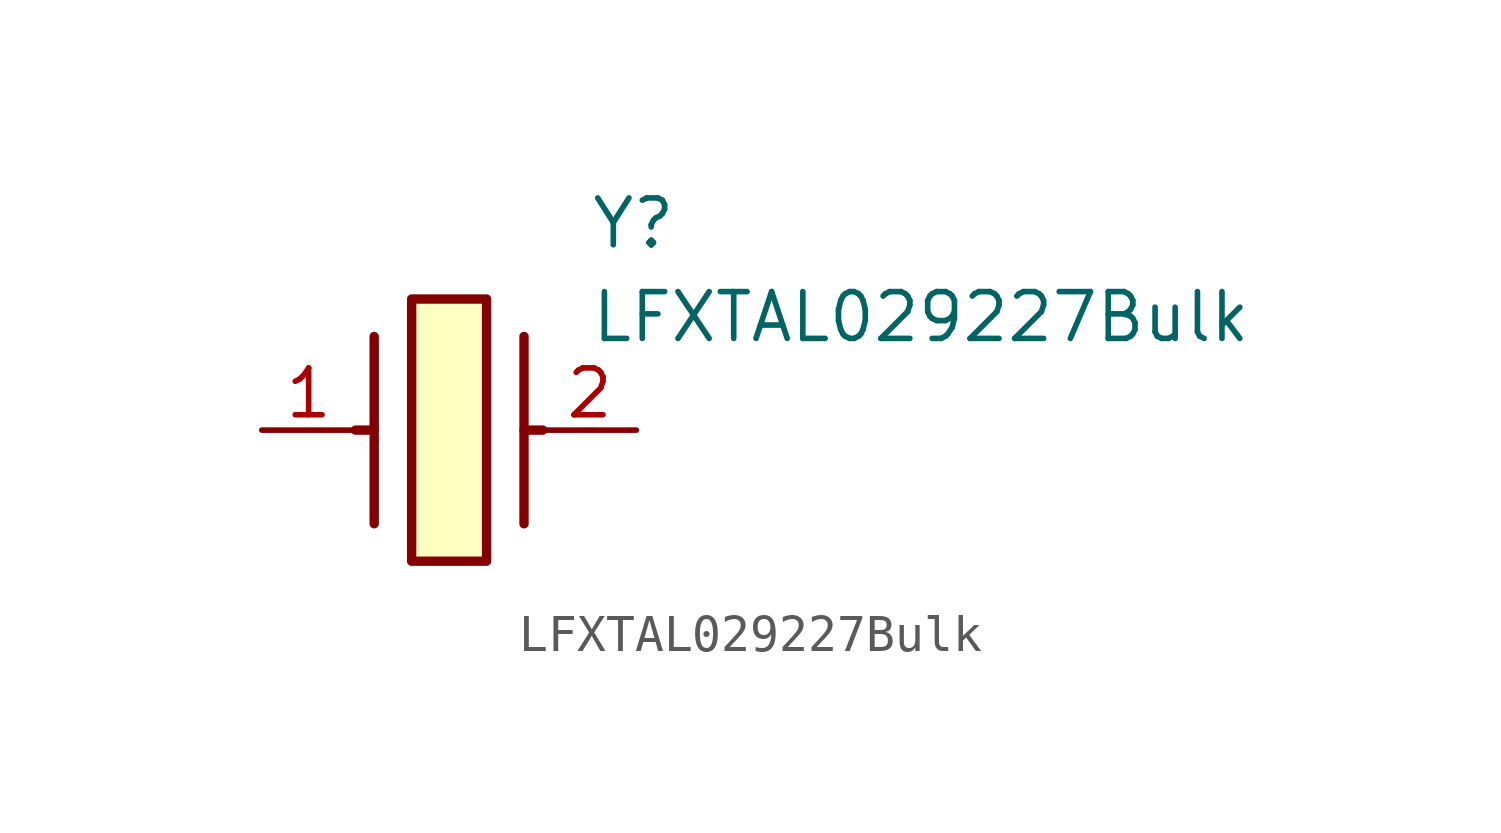
<source format=kicad_sym>
(kicad_symbol_lib
  (version 20211014)
  (generator SamacSys_ECAD_Model)
  (symbol "LFXTAL029227Bulk"
    (pin_names hide)
    (property "Reference" "Y"
      (at 8.89 6.35 0)
      (effects (font (size 1.27 1.27)) (justify left top)))
    (property "Value" "LFXTAL029227Bulk"
      (at 8.89 3.81 0)
      (effects (font (size 1.27 1.27)) (justify left top)))
    (rectangle
      (start 4.064 3.556)
      (end 6.096 -3.556)
      (stroke (width 0.254) (type default))
      (fill (type background)))
    (polyline
      (pts (xy 3.048 2.54) (xy 3.048 -2.54))
      (stroke (width 0.254) (type default))
      (fill (type none)))
    (polyline
      (pts (xy 7.112 2.54) (xy 7.112 -2.54))
      (stroke (width 0.254) (type default))
      (fill (type none)))
    (polyline
      (pts (xy 7.112 0) (xy 7.62 0))
      (stroke (width 0.254) (type default))
      (fill (type none)))
    (polyline
      (pts (xy 3.048 0) (xy 2.54 0))
      (stroke (width 0.254) (type default))
      (fill (type none)))
    (pin passive line
      (at 0 0 0)
      (length 2.54)
      (name "1" (effects (font (size 1.27 1.27))))
      (number "1" (effects (font (size 1.27 1.27)))))
    (pin passive line
      (at 10.16 0 180)
      (length 2.54)
      (name "2" (effects (font (size 1.27 1.27))))
      (number "2" (effects (font (size 1.27 1.27)))))))
</source>
